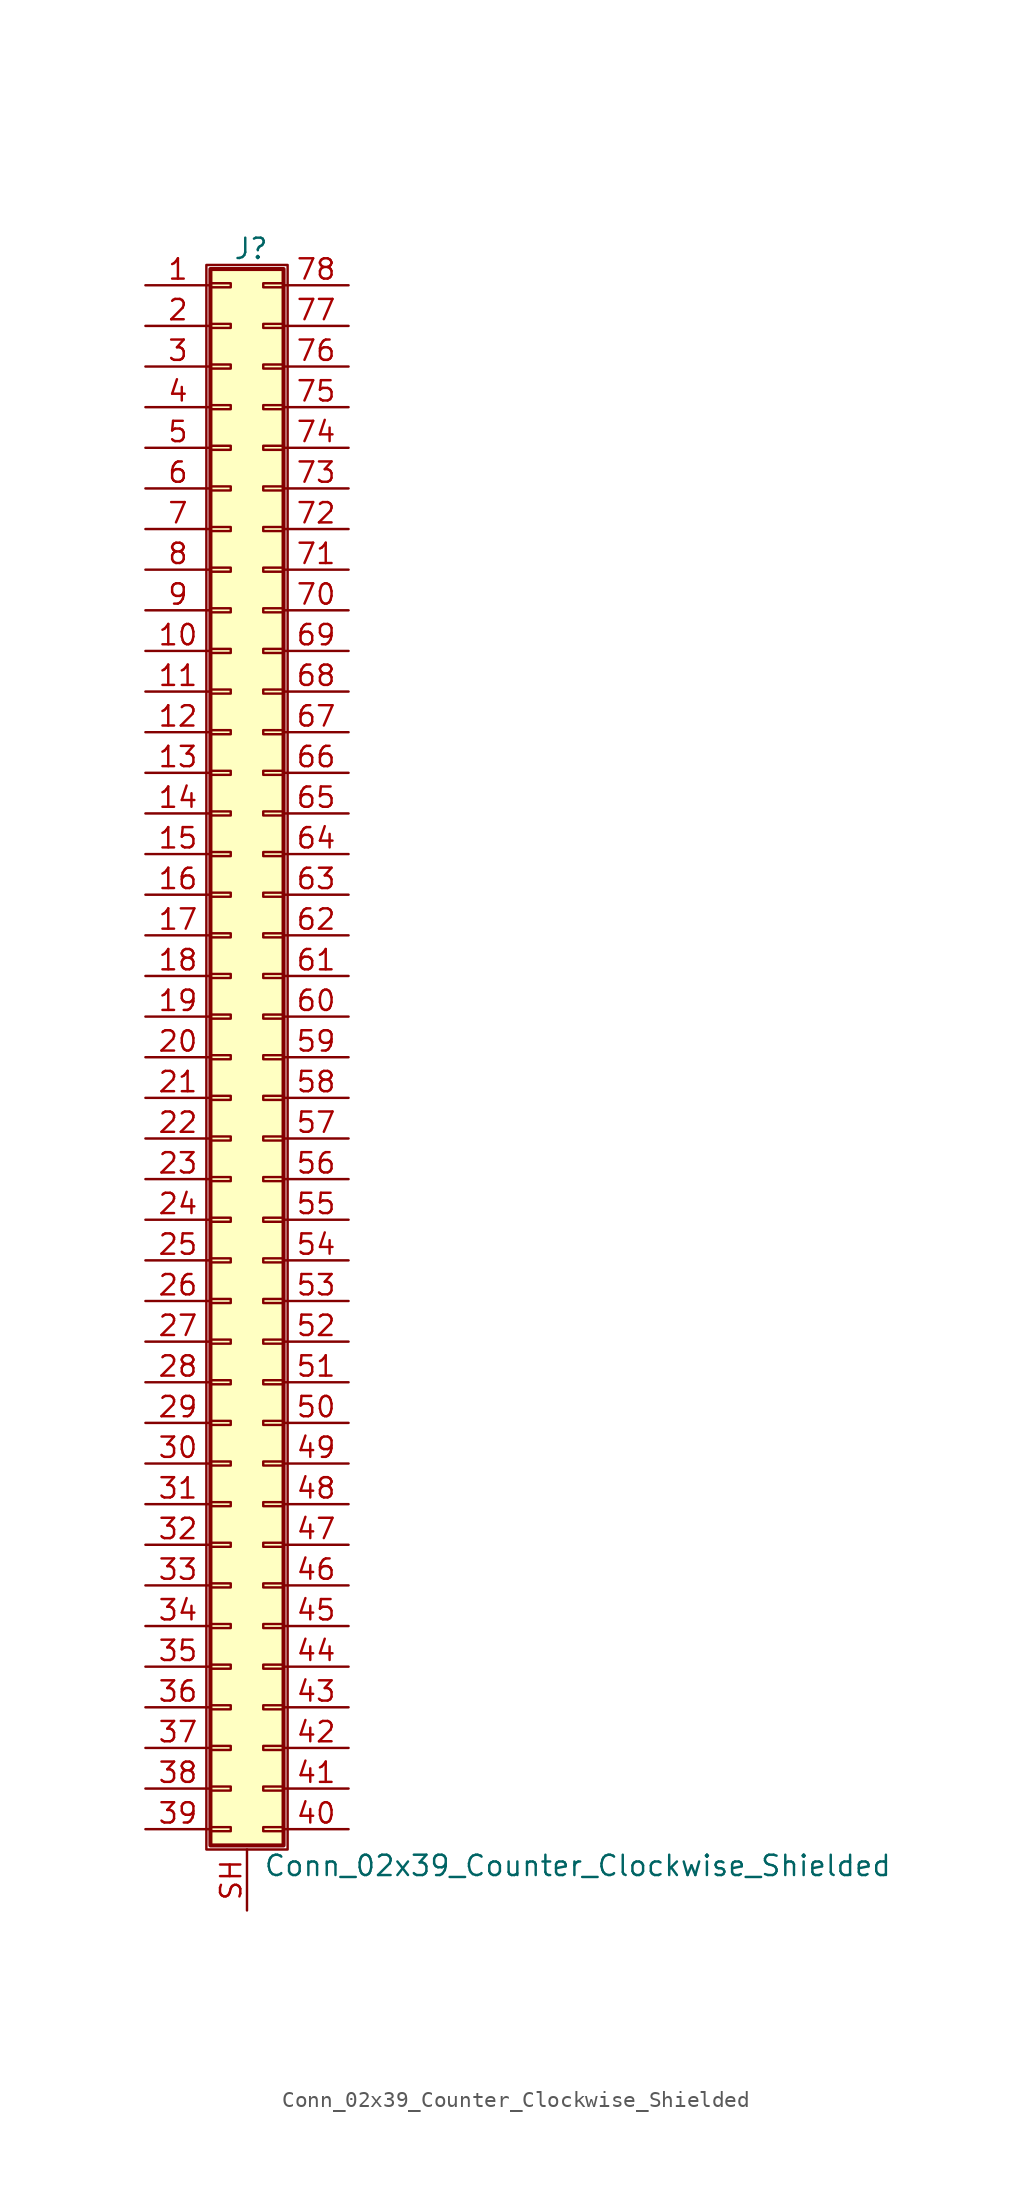
<source format=kicad_sym>
(kicad_symbol_lib
  (version 20201005)
  (generator kicad_symbol_editor)
  (symbol "Conn_02x39_Counter_Clockwise_Shielded"
    (pin_names
      (offset 1.016) hide)
    (property "Reference" "J"
      (at 1.524 50.546 0)
      (effects (font (size 1.27 1.27))))
    (property "Value" "Conn_02x39_Counter_Clockwise_Shielded"
      (at 2.286 -50.546 0)
      (effects (font (size 1.27 1.27)) (justify left)))
    (symbol "Conn_02x39_Counter_Clockwise_Shielded_1_1"
      (rectangle (start -1.27 49.53) (end 3.81 -49.53) (stroke (width 0.152)) (fill (type none)))
      (rectangle (start -1.016 -48.133) (end 0.254 -48.387) (stroke (width 0.152)) (fill (type none)))
      (rectangle (start -1.016 -45.593) (end 0.254 -45.847) (stroke (width 0.152)) (fill (type none)))
      (rectangle (start -1.016 -43.053) (end 0.254 -43.307) (stroke (width 0.152)) (fill (type none)))
      (rectangle (start -1.016 -40.513) (end 0.254 -40.767) (stroke (width 0.152)) (fill (type none)))
      (rectangle (start -1.016 -37.973) (end 0.254 -38.227) (stroke (width 0.152)) (fill (type none)))
      (rectangle (start -1.016 -35.433) (end 0.254 -35.687) (stroke (width 0.152)) (fill (type none)))
      (rectangle (start -1.016 -32.893) (end 0.254 -33.147) (stroke (width 0.152)) (fill (type none)))
      (rectangle (start -1.016 -30.353) (end 0.254 -30.607) (stroke (width 0.152)) (fill (type none)))
      (rectangle (start -1.016 -27.813) (end 0.254 -28.067) (stroke (width 0.152)) (fill (type none)))
      (rectangle (start -1.016 -25.273) (end 0.254 -25.527) (stroke (width 0.152)) (fill (type none)))
      (rectangle (start -1.016 -22.733) (end 0.254 -22.987) (stroke (width 0.152)) (fill (type none)))
      (rectangle (start -1.016 -20.193) (end 0.254 -20.447) (stroke (width 0.152)) (fill (type none)))
      (rectangle (start -1.016 -17.653) (end 0.254 -17.907) (stroke (width 0.152)) (fill (type none)))
      (rectangle (start -1.016 -15.113) (end 0.254 -15.367) (stroke (width 0.152)) (fill (type none)))
      (rectangle (start -1.016 -12.573) (end 0.254 -12.827) (stroke (width 0.152)) (fill (type none)))
      (rectangle (start -1.016 -10.033) (end 0.254 -10.287) (stroke (width 0.152)) (fill (type none)))
      (rectangle (start -1.016 -7.493) (end 0.254 -7.747) (stroke (width 0.152)) (fill (type none)))
      (rectangle (start -1.016 -4.953) (end 0.254 -5.207) (stroke (width 0.152)) (fill (type none)))
      (rectangle (start -1.016 -2.413) (end 0.254 -2.667) (stroke (width 0.152)) (fill (type none)))
      (rectangle (start -1.016 0.127) (end 0.254 -0.127) (stroke (width 0.152)) (fill (type none)))
      (rectangle (start -1.016 2.667) (end 0.254 2.413) (stroke (width 0.152)) (fill (type none)))
      (rectangle (start -1.016 5.207) (end 0.254 4.953) (stroke (width 0.152)) (fill (type none)))
      (rectangle (start -1.016 7.747) (end 0.254 7.493) (stroke (width 0.152)) (fill (type none)))
      (rectangle (start -1.016 10.287) (end 0.254 10.033) (stroke (width 0.152)) (fill (type none)))
      (rectangle (start -1.016 12.827) (end 0.254 12.573) (stroke (width 0.152)) (fill (type none)))
      (rectangle (start -1.016 15.367) (end 0.254 15.113) (stroke (width 0.152)) (fill (type none)))
      (rectangle (start -1.016 17.907) (end 0.254 17.653) (stroke (width 0.152)) (fill (type none)))
      (rectangle (start -1.016 20.447) (end 0.254 20.193) (stroke (width 0.152)) (fill (type none)))
      (rectangle (start -1.016 22.987) (end 0.254 22.733) (stroke (width 0.152)) (fill (type none)))
      (rectangle (start -1.016 25.527) (end 0.254 25.273) (stroke (width 0.152)) (fill (type none)))
      (rectangle (start -1.016 28.067) (end 0.254 27.813) (stroke (width 0.152)) (fill (type none)))
      (rectangle (start -1.016 30.607) (end 0.254 30.353) (stroke (width 0.152)) (fill (type none)))
      (rectangle (start -1.016 33.147) (end 0.254 32.893) (stroke (width 0.152)) (fill (type none)))
      (rectangle (start -1.016 35.687) (end 0.254 35.433) (stroke (width 0.152)) (fill (type none)))
      (rectangle (start -1.016 38.227) (end 0.254 37.973) (stroke (width 0.152)) (fill (type none)))
      (rectangle (start -1.016 40.767) (end 0.254 40.513) (stroke (width 0.152)) (fill (type none)))
      (rectangle (start -1.016 43.307) (end 0.254 43.053) (stroke (width 0.152)) (fill (type none)))
      (rectangle (start -1.016 45.847) (end 0.254 45.593) (stroke (width 0.152)) (fill (type none)))
      (rectangle (start -1.016 48.387) (end 0.254 48.133) (stroke (width 0.152)) (fill (type none)))
      (rectangle (start 3.556 -48.133) (end 2.286 -48.387) (stroke (width 0.152)) (fill (type none)))
      (rectangle (start 3.556 -45.593) (end 2.286 -45.847) (stroke (width 0.152)) (fill (type none)))
      (rectangle (start 3.556 -43.053) (end 2.286 -43.307) (stroke (width 0.152)) (fill (type none)))
      (rectangle (start 3.556 -40.513) (end 2.286 -40.767) (stroke (width 0.152)) (fill (type none)))
      (rectangle (start 3.556 -37.973) (end 2.286 -38.227) (stroke (width 0.152)) (fill (type none)))
      (rectangle (start 3.556 -35.433) (end 2.286 -35.687) (stroke (width 0.152)) (fill (type none)))
      (rectangle (start 3.556 -32.893) (end 2.286 -33.147) (stroke (width 0.152)) (fill (type none)))
      (rectangle (start 3.556 -30.353) (end 2.286 -30.607) (stroke (width 0.152)) (fill (type none)))
      (rectangle (start 3.556 -27.813) (end 2.286 -28.067) (stroke (width 0.152)) (fill (type none)))
      (rectangle (start 3.556 -25.273) (end 2.286 -25.527) (stroke (width 0.152)) (fill (type none)))
      (rectangle (start 3.556 -22.733) (end 2.286 -22.987) (stroke (width 0.152)) (fill (type none)))
      (rectangle (start 3.556 -20.193) (end 2.286 -20.447) (stroke (width 0.152)) (fill (type none)))
      (rectangle (start 3.556 -17.653) (end 2.286 -17.907) (stroke (width 0.152)) (fill (type none)))
      (rectangle (start 3.556 -15.113) (end 2.286 -15.367) (stroke (width 0.152)) (fill (type none)))
      (rectangle (start 3.556 -12.573) (end 2.286 -12.827) (stroke (width 0.152)) (fill (type none)))
      (rectangle (start 3.556 -10.033) (end 2.286 -10.287) (stroke (width 0.152)) (fill (type none)))
      (rectangle (start 3.556 -7.493) (end 2.286 -7.747) (stroke (width 0.152)) (fill (type none)))
      (rectangle (start 3.556 -4.953) (end 2.286 -5.207) (stroke (width 0.152)) (fill (type none)))
      (rectangle (start 3.556 -2.413) (end 2.286 -2.667) (stroke (width 0.152)) (fill (type none)))
      (rectangle (start 3.556 0.127) (end 2.286 -0.127) (stroke (width 0.152)) (fill (type none)))
      (rectangle (start 3.556 2.667) (end 2.286 2.413) (stroke (width 0.152)) (fill (type none)))
      (rectangle (start 3.556 5.207) (end 2.286 4.953) (stroke (width 0.152)) (fill (type none)))
      (rectangle (start 3.556 7.747) (end 2.286 7.493) (stroke (width 0.152)) (fill (type none)))
      (rectangle (start 3.556 10.287) (end 2.286 10.033) (stroke (width 0.152)) (fill (type none)))
      (rectangle (start 3.556 12.827) (end 2.286 12.573) (stroke (width 0.152)) (fill (type none)))
      (rectangle (start 3.556 15.367) (end 2.286 15.113) (stroke (width 0.152)) (fill (type none)))
      (rectangle (start 3.556 17.907) (end 2.286 17.653) (stroke (width 0.152)) (fill (type none)))
      (rectangle (start 3.556 20.447) (end 2.286 20.193) (stroke (width 0.152)) (fill (type none)))
      (rectangle (start 3.556 22.987) (end 2.286 22.733) (stroke (width 0.152)) (fill (type none)))
      (rectangle (start 3.556 25.527) (end 2.286 25.273) (stroke (width 0.152)) (fill (type none)))
      (rectangle (start 3.556 28.067) (end 2.286 27.813) (stroke (width 0.152)) (fill (type none)))
      (rectangle (start 3.556 30.607) (end 2.286 30.353) (stroke (width 0.152)) (fill (type none)))
      (rectangle (start 3.556 33.147) (end 2.286 32.893) (stroke (width 0.152)) (fill (type none)))
      (rectangle (start 3.556 35.687) (end 2.286 35.433) (stroke (width 0.152)) (fill (type none)))
      (rectangle (start 3.556 38.227) (end 2.286 37.973) (stroke (width 0.152)) (fill (type none)))
      (rectangle (start 3.556 40.767) (end 2.286 40.513) (stroke (width 0.152)) (fill (type none)))
      (rectangle (start 3.556 43.307) (end 2.286 43.053) (stroke (width 0.152)) (fill (type none)))
      (rectangle (start 3.556 45.847) (end 2.286 45.593) (stroke (width 0.152)) (fill (type none)))
      (rectangle (start 3.556 48.387) (end 2.286 48.133) (stroke (width 0.152)) (fill (type none)))
      (rectangle (start -1.016 49.276) (end 3.556 -49.276) (stroke (width 0.254)) (fill (type background)))
      (pin passive line (at -5.08 48.26 0) (length 4.064) (name "Pin_1" (effects (font (size 1.27 1.27)))) (number "1" (effects (font (size 1.27 1.27)))))
      (pin passive line (at -5.08 25.4 0) (length 4.064) (name "Pin_10" (effects (font (size 1.27 1.27)))) (number "10" (effects (font (size 1.27 1.27)))))
      (pin passive line (at -5.08 22.86 0) (length 4.064) (name "Pin_11" (effects (font (size 1.27 1.27)))) (number "11" (effects (font (size 1.27 1.27)))))
      (pin passive line (at -5.08 20.32 0) (length 4.064) (name "Pin_12" (effects (font (size 1.27 1.27)))) (number "12" (effects (font (size 1.27 1.27)))))
      (pin passive line (at -5.08 17.78 0) (length 4.064) (name "Pin_13" (effects (font (size 1.27 1.27)))) (number "13" (effects (font (size 1.27 1.27)))))
      (pin passive line (at -5.08 15.24 0) (length 4.064) (name "Pin_14" (effects (font (size 1.27 1.27)))) (number "14" (effects (font (size 1.27 1.27)))))
      (pin passive line (at -5.08 12.7 0) (length 4.064) (name "Pin_15" (effects (font (size 1.27 1.27)))) (number "15" (effects (font (size 1.27 1.27)))))
      (pin passive line (at -5.08 10.16 0) (length 4.064) (name "Pin_16" (effects (font (size 1.27 1.27)))) (number "16" (effects (font (size 1.27 1.27)))))
      (pin passive line (at -5.08 7.62 0) (length 4.064) (name "Pin_17" (effects (font (size 1.27 1.27)))) (number "17" (effects (font (size 1.27 1.27)))))
      (pin passive line (at -5.08 5.08 0) (length 4.064) (name "Pin_18" (effects (font (size 1.27 1.27)))) (number "18" (effects (font (size 1.27 1.27)))))
      (pin passive line (at -5.08 2.54 0) (length 4.064) (name "Pin_19" (effects (font (size 1.27 1.27)))) (number "19" (effects (font (size 1.27 1.27)))))
      (pin passive line (at -5.08 45.72 0) (length 4.064) (name "Pin_2" (effects (font (size 1.27 1.27)))) (number "2" (effects (font (size 1.27 1.27)))))
      (pin passive line (at -5.08 0 0) (length 4.064) (name "Pin_20" (effects (font (size 1.27 1.27)))) (number "20" (effects (font (size 1.27 1.27)))))
      (pin passive line (at -5.08 -2.54 0) (length 4.064) (name "Pin_21" (effects (font (size 1.27 1.27)))) (number "21" (effects (font (size 1.27 1.27)))))
      (pin passive line (at -5.08 -5.08 0) (length 4.064) (name "Pin_22" (effects (font (size 1.27 1.27)))) (number "22" (effects (font (size 1.27 1.27)))))
      (pin passive line (at -5.08 -7.62 0) (length 4.064) (name "Pin_23" (effects (font (size 1.27 1.27)))) (number "23" (effects (font (size 1.27 1.27)))))
      (pin passive line (at -5.08 -10.16 0) (length 4.064) (name "Pin_24" (effects (font (size 1.27 1.27)))) (number "24" (effects (font (size 1.27 1.27)))))
      (pin passive line (at -5.08 -12.7 0) (length 4.064) (name "Pin_25" (effects (font (size 1.27 1.27)))) (number "25" (effects (font (size 1.27 1.27)))))
      (pin passive line (at -5.08 -15.24 0) (length 4.064) (name "Pin_26" (effects (font (size 1.27 1.27)))) (number "26" (effects (font (size 1.27 1.27)))))
      (pin passive line (at -5.08 -17.78 0) (length 4.064) (name "Pin_27" (effects (font (size 1.27 1.27)))) (number "27" (effects (font (size 1.27 1.27)))))
      (pin passive line (at -5.08 -20.32 0) (length 4.064) (name "Pin_28" (effects (font (size 1.27 1.27)))) (number "28" (effects (font (size 1.27 1.27)))))
      (pin passive line (at -5.08 -22.86 0) (length 4.064) (name "Pin_29" (effects (font (size 1.27 1.27)))) (number "29" (effects (font (size 1.27 1.27)))))
      (pin passive line (at -5.08 43.18 0) (length 4.064) (name "Pin_3" (effects (font (size 1.27 1.27)))) (number "3" (effects (font (size 1.27 1.27)))))
      (pin passive line (at -5.08 -25.4 0) (length 4.064) (name "Pin_30" (effects (font (size 1.27 1.27)))) (number "30" (effects (font (size 1.27 1.27)))))
      (pin passive line (at -5.08 -27.94 0) (length 4.064) (name "Pin_31" (effects (font (size 1.27 1.27)))) (number "31" (effects (font (size 1.27 1.27)))))
      (pin passive line (at -5.08 -30.48 0) (length 4.064) (name "Pin_32" (effects (font (size 1.27 1.27)))) (number "32" (effects (font (size 1.27 1.27)))))
      (pin passive line (at -5.08 -33.02 0) (length 4.064) (name "Pin_33" (effects (font (size 1.27 1.27)))) (number "33" (effects (font (size 1.27 1.27)))))
      (pin passive line (at -5.08 -35.56 0) (length 4.064) (name "Pin_34" (effects (font (size 1.27 1.27)))) (number "34" (effects (font (size 1.27 1.27)))))
      (pin passive line (at -5.08 -38.1 0) (length 4.064) (name "Pin_35" (effects (font (size 1.27 1.27)))) (number "35" (effects (font (size 1.27 1.27)))))
      (pin passive line (at -5.08 -40.64 0) (length 4.064) (name "Pin_36" (effects (font (size 1.27 1.27)))) (number "36" (effects (font (size 1.27 1.27)))))
      (pin passive line (at -5.08 -43.18 0) (length 4.064) (name "Pin_37" (effects (font (size 1.27 1.27)))) (number "37" (effects (font (size 1.27 1.27)))))
      (pin passive line (at -5.08 -45.72 0) (length 4.064) (name "Pin_38" (effects (font (size 1.27 1.27)))) (number "38" (effects (font (size 1.27 1.27)))))
      (pin passive line (at -5.08 -48.26 0) (length 4.064) (name "Pin_39" (effects (font (size 1.27 1.27)))) (number "39" (effects (font (size 1.27 1.27)))))
      (pin passive line (at -5.08 40.64 0) (length 4.064) (name "Pin_4" (effects (font (size 1.27 1.27)))) (number "4" (effects (font (size 1.27 1.27)))))
      (pin passive line (at 7.62 -48.26 180) (length 4.064) (name "Pin_40" (effects (font (size 1.27 1.27)))) (number "40" (effects (font (size 1.27 1.27)))))
      (pin passive line (at 7.62 -45.72 180) (length 4.064) (name "Pin_41" (effects (font (size 1.27 1.27)))) (number "41" (effects (font (size 1.27 1.27)))))
      (pin passive line (at 7.62 -43.18 180) (length 4.064) (name "Pin_42" (effects (font (size 1.27 1.27)))) (number "42" (effects (font (size 1.27 1.27)))))
      (pin passive line (at 7.62 -40.64 180) (length 4.064) (name "Pin_43" (effects (font (size 1.27 1.27)))) (number "43" (effects (font (size 1.27 1.27)))))
      (pin passive line (at 7.62 -38.1 180) (length 4.064) (name "Pin_44" (effects (font (size 1.27 1.27)))) (number "44" (effects (font (size 1.27 1.27)))))
      (pin passive line (at 7.62 -35.56 180) (length 4.064) (name "Pin_45" (effects (font (size 1.27 1.27)))) (number "45" (effects (font (size 1.27 1.27)))))
      (pin passive line (at 7.62 -33.02 180) (length 4.064) (name "Pin_46" (effects (font (size 1.27 1.27)))) (number "46" (effects (font (size 1.27 1.27)))))
      (pin passive line (at 7.62 -30.48 180) (length 4.064) (name "Pin_47" (effects (font (size 1.27 1.27)))) (number "47" (effects (font (size 1.27 1.27)))))
      (pin passive line (at 7.62 -27.94 180) (length 4.064) (name "Pin_48" (effects (font (size 1.27 1.27)))) (number "48" (effects (font (size 1.27 1.27)))))
      (pin passive line (at 7.62 -25.4 180) (length 4.064) (name "Pin_49" (effects (font (size 1.27 1.27)))) (number "49" (effects (font (size 1.27 1.27)))))
      (pin passive line (at -5.08 38.1 0) (length 4.064) (name "Pin_5" (effects (font (size 1.27 1.27)))) (number "5" (effects (font (size 1.27 1.27)))))
      (pin passive line (at 7.62 -22.86 180) (length 4.064) (name "Pin_50" (effects (font (size 1.27 1.27)))) (number "50" (effects (font (size 1.27 1.27)))))
      (pin passive line (at 7.62 -20.32 180) (length 4.064) (name "Pin_51" (effects (font (size 1.27 1.27)))) (number "51" (effects (font (size 1.27 1.27)))))
      (pin passive line (at 7.62 -17.78 180) (length 4.064) (name "Pin_52" (effects (font (size 1.27 1.27)))) (number "52" (effects (font (size 1.27 1.27)))))
      (pin passive line (at 7.62 -15.24 180) (length 4.064) (name "Pin_53" (effects (font (size 1.27 1.27)))) (number "53" (effects (font (size 1.27 1.27)))))
      (pin passive line (at 7.62 -12.7 180) (length 4.064) (name "Pin_54" (effects (font (size 1.27 1.27)))) (number "54" (effects (font (size 1.27 1.27)))))
      (pin passive line (at 7.62 -10.16 180) (length 4.064) (name "Pin_55" (effects (font (size 1.27 1.27)))) (number "55" (effects (font (size 1.27 1.27)))))
      (pin passive line (at 7.62 -7.62 180) (length 4.064) (name "Pin_56" (effects (font (size 1.27 1.27)))) (number "56" (effects (font (size 1.27 1.27)))))
      (pin passive line (at 7.62 -5.08 180) (length 4.064) (name "Pin_57" (effects (font (size 1.27 1.27)))) (number "57" (effects (font (size 1.27 1.27)))))
      (pin passive line (at 7.62 -2.54 180) (length 4.064) (name "Pin_58" (effects (font (size 1.27 1.27)))) (number "58" (effects (font (size 1.27 1.27)))))
      (pin passive line (at 7.62 0 180) (length 4.064) (name "Pin_59" (effects (font (size 1.27 1.27)))) (number "59" (effects (font (size 1.27 1.27)))))
      (pin passive line (at -5.08 35.56 0) (length 4.064) (name "Pin_6" (effects (font (size 1.27 1.27)))) (number "6" (effects (font (size 1.27 1.27)))))
      (pin passive line (at 7.62 2.54 180) (length 4.064) (name "Pin_60" (effects (font (size 1.27 1.27)))) (number "60" (effects (font (size 1.27 1.27)))))
      (pin passive line (at 7.62 5.08 180) (length 4.064) (name "Pin_61" (effects (font (size 1.27 1.27)))) (number "61" (effects (font (size 1.27 1.27)))))
      (pin passive line (at 7.62 7.62 180) (length 4.064) (name "Pin_62" (effects (font (size 1.27 1.27)))) (number "62" (effects (font (size 1.27 1.27)))))
      (pin passive line (at 7.62 10.16 180) (length 4.064) (name "Pin_63" (effects (font (size 1.27 1.27)))) (number "63" (effects (font (size 1.27 1.27)))))
      (pin passive line (at 7.62 12.7 180) (length 4.064) (name "Pin_64" (effects (font (size 1.27 1.27)))) (number "64" (effects (font (size 1.27 1.27)))))
      (pin passive line (at 7.62 15.24 180) (length 4.064) (name "Pin_65" (effects (font (size 1.27 1.27)))) (number "65" (effects (font (size 1.27 1.27)))))
      (pin passive line (at 7.62 17.78 180) (length 4.064) (name "Pin_66" (effects (font (size 1.27 1.27)))) (number "66" (effects (font (size 1.27 1.27)))))
      (pin passive line (at 7.62 20.32 180) (length 4.064) (name "Pin_67" (effects (font (size 1.27 1.27)))) (number "67" (effects (font (size 1.27 1.27)))))
      (pin passive line (at 7.62 22.86 180) (length 4.064) (name "Pin_68" (effects (font (size 1.27 1.27)))) (number "68" (effects (font (size 1.27 1.27)))))
      (pin passive line (at 7.62 25.4 180) (length 4.064) (name "Pin_69" (effects (font (size 1.27 1.27)))) (number "69" (effects (font (size 1.27 1.27)))))
      (pin passive line (at -5.08 33.02 0) (length 4.064) (name "Pin_7" (effects (font (size 1.27 1.27)))) (number "7" (effects (font (size 1.27 1.27)))))
      (pin passive line (at 7.62 27.94 180) (length 4.064) (name "Pin_70" (effects (font (size 1.27 1.27)))) (number "70" (effects (font (size 1.27 1.27)))))
      (pin passive line (at 7.62 30.48 180) (length 4.064) (name "Pin_71" (effects (font (size 1.27 1.27)))) (number "71" (effects (font (size 1.27 1.27)))))
      (pin passive line (at 7.62 33.02 180) (length 4.064) (name "Pin_72" (effects (font (size 1.27 1.27)))) (number "72" (effects (font (size 1.27 1.27)))))
      (pin passive line (at 7.62 35.56 180) (length 4.064) (name "Pin_73" (effects (font (size 1.27 1.27)))) (number "73" (effects (font (size 1.27 1.27)))))
      (pin passive line (at 7.62 38.1 180) (length 4.064) (name "Pin_74" (effects (font (size 1.27 1.27)))) (number "74" (effects (font (size 1.27 1.27)))))
      (pin passive line (at 7.62 40.64 180) (length 4.064) (name "Pin_75" (effects (font (size 1.27 1.27)))) (number "75" (effects (font (size 1.27 1.27)))))
      (pin passive line (at 7.62 43.18 180) (length 4.064) (name "Pin_76" (effects (font (size 1.27 1.27)))) (number "76" (effects (font (size 1.27 1.27)))))
      (pin passive line (at 7.62 45.72 180) (length 4.064) (name "Pin_77" (effects (font (size 1.27 1.27)))) (number "77" (effects (font (size 1.27 1.27)))))
      (pin passive line (at 7.62 48.26 180) (length 4.064) (name "Pin_78" (effects (font (size 1.27 1.27)))) (number "78" (effects (font (size 1.27 1.27)))))
      (pin passive line (at -5.08 30.48 0) (length 4.064) (name "Pin_8" (effects (font (size 1.27 1.27)))) (number "8" (effects (font (size 1.27 1.27)))))
      (pin passive line (at -5.08 27.94 0) (length 4.064) (name "Pin_9" (effects (font (size 1.27 1.27)))) (number "9" (effects (font (size 1.27 1.27)))))
      (pin passive line (at 1.27 -53.34 90) (length 3.81) (name "Shield" (effects (font (size 1.27 1.27)))) (number "SH" (effects (font (size 1.27 1.27))))))))
</source>
